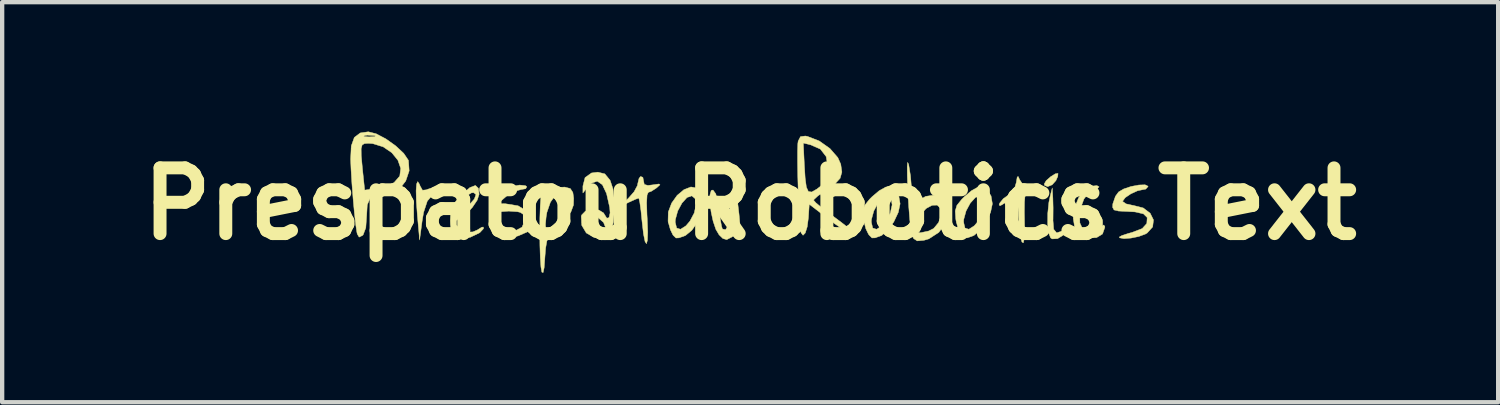
<source format=kicad_pcb>
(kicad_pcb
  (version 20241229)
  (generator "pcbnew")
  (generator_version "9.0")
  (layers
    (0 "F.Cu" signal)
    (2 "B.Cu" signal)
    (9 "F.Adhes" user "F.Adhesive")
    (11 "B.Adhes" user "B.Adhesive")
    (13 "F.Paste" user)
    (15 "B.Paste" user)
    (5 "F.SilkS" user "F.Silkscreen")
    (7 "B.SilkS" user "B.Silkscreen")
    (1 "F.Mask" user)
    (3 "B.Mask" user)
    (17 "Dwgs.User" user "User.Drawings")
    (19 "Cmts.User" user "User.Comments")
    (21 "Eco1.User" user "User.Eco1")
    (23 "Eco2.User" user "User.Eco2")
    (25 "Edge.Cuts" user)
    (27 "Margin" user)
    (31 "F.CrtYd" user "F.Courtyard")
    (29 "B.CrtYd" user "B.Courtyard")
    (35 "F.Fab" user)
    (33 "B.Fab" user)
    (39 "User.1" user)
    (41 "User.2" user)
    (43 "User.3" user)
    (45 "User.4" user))
  (footprint "Prespatou Robotics Text"
    (layer "F.Cu")
    (at 14.34 1.676)
    (property "Reference" "Prespatou Robotics Text" (at 0 0 0) (layer "F.SilkS") (effects (font (size 1.524 1.524) (thickness 0.3))))
    (attr through_hole)
    (fp_poly (pts (xy 7.13 -0.635) (xy 7.088 -0.54) (xy 7 -0.442) (xy 6.897 -0.4) (xy 6.826 -0.428) (xy 6.818 -0.464) (xy 6.863 -0.539) (xy 6.965 -0.629) (xy 7.074 -0.697) (xy 7.137 -0.706) (xy 7.13 -0.635)) (stroke (width 0.01) (type solid)) (fill yes) (layer "F.SilkS"))
    (fp_poly (pts (xy -7.665 -0.453) (xy -7.653 -0.419) (xy -7.596 -0.316) (xy -7.503 -0.326) (xy -7.483 -0.336) (xy -7.292 -0.397) (xy -7.161 -0.352) (xy -7.125 -0.293) (xy -7.12 -0.215) (xy -7.213 -0.218) (xy -7.214 -0.219) (xy -7.366 -0.203) (xy -7.484 -0.066) (xy -7.57 0.196) (xy -7.605 0.403) (xy -7.663 0.836) (xy -7.715 0.262) (xy -7.738 -0.06) (xy -7.744 -0.306) (xy -7.732 -0.462) (xy -7.706 -0.516) (xy -7.665 -0.453)) (stroke (width 0.01) (type solid)) (fill yes) (layer "F.SilkS"))
    (fp_poly (pts (xy 7.017 -0.134) (xy 7.023 0.093) (xy 7.021 0.347) (xy 7.02 0.384) (xy 7.036 0.589) (xy 7.105 0.672) (xy 7.223 0.633) (xy 7.281 0.585) (xy 7.346 0.537) (xy 7.341 0.593) (xy 7.341 0.596) (xy 7.256 0.726) (xy 7.126 0.806) (xy 7.001 0.812) (xy 6.965 0.788) (xy 6.919 0.673) (xy 6.897 0.468) (xy 6.899 0.218) (xy 6.925 -0.035) (xy 6.952 -0.167) (xy 7.003 -0.368) (xy 7.017 -0.134)) (stroke (width 0.01) (type solid)) (fill yes) (layer "F.SilkS"))
    (fp_poly (pts (xy 8.088 -0.395) (xy 8.034 -0.339) (xy 7.998 -0.334) (xy 7.859 -0.273) (xy 7.737 -0.112) (xy 7.654 0.114) (xy 7.639 0.195) (xy 7.643 0.442) (xy 7.719 0.605) (xy 7.85 0.669) (xy 8.017 0.62) (xy 8.099 0.558) (xy 8.19 0.489) (xy 8.22 0.516) (xy 8.222 0.544) (xy 8.168 0.698) (xy 8.03 0.782) (xy 7.844 0.788) (xy 7.645 0.705) (xy 7.635 0.698) (xy 7.523 0.546) (xy 7.489 0.33) (xy 7.522 0.088) (xy 7.614 -0.142) (xy 7.755 -0.322) (xy 7.91 -0.409) (xy 8.038 -0.424) (xy 8.088 -0.395)) (stroke (width 0.01) (type solid)) (fill yes) (layer "F.SilkS"))
    (fp_poly (pts (xy -0.339 -0.266) (xy -0.31 -0.15) (xy -0.283 0.028) (xy -0.258 0.239) (xy -0.239 0.451) (xy -0.228 0.63) (xy -0.228 0.741) (xy -0.241 0.754) (xy -0.297 0.71) (xy -0.409 0.758) (xy -0.428 0.77) (xy -0.543 0.829) (xy -0.632 0.803) (xy -0.72 0.718) (xy -0.795 0.591) (xy -0.859 0.401) (xy -0.906 0.183) (xy -0.932 -0.03) (xy -0.933 -0.205) (xy -0.903 -0.309) (xy -0.862 -0.321) (xy -0.797 -0.233) (xy -0.744 -0.026) (xy -0.722 0.13) (xy -0.693 0.354) (xy -0.663 0.518) (xy -0.643 0.583) (xy -0.569 0.599) (xy -0.511 0.498) (xy -0.476 0.297) (xy -0.468 0.096) (xy -0.456 -0.142) (xy -0.426 -0.29) (xy -0.384 -0.335) (xy -0.339 -0.266)) (stroke (width 0.01) (type solid)) (fill yes) (layer "F.SilkS"))
    (fp_poly (pts (xy -2.487 -0.615) (xy -2.473 -0.54) (xy -2.454 -0.45) (xy -2.37 -0.427) (xy -2.256 -0.441) (xy -2.115 -0.461) (xy -2.09 -0.443) (xy -2.164 -0.376) (xy -2.168 -0.372) (xy -2.292 -0.291) (xy -2.362 -0.267) (xy -2.39 -0.204) (xy -2.4 -0.026) (xy -2.392 0.247) (xy -2.387 0.334) (xy -2.375 0.65) (xy -2.382 0.847) (xy -2.405 0.923) (xy -2.437 0.873) (xy -2.473 0.696) (xy -2.507 0.401) (xy -2.532 0.153) (xy -2.558 -0.034) (xy -2.579 -0.128) (xy -2.584 -0.134) (xy -2.658 -0.107) (xy -2.801 -0.042) (xy -2.827 -0.03) (xy -3.041 0.074) (xy -2.824 -0.129) (xy -2.69 -0.282) (xy -2.614 -0.424) (xy -2.607 -0.463) (xy -2.576 -0.591) (xy -2.54 -0.635) (xy -2.487 -0.615)) (stroke (width 0.01) (type solid)) (fill yes) (layer "F.SilkS"))
    (fp_poly (pts (xy 6.244 -0.564) (xy 6.31 -0.467) (xy 6.441 -0.445) (xy 6.505 -0.451) (xy 6.644 -0.463) (xy 6.666 -0.441) (xy 6.588 -0.372) (xy 6.466 -0.291) (xy 6.398 -0.267) (xy 6.373 -0.206) (xy 6.359 -0.041) (xy 6.356 0.195) (xy 6.358 0.298) (xy 6.363 0.601) (xy 6.353 0.806) (xy 6.332 0.903) (xy 6.3 0.884) (xy 6.261 0.74) (xy 6.259 0.729) (xy 6.233 0.53) (xy 6.218 0.281) (xy 6.216 0.192) (xy 6.203 -0.022) (xy 6.153 -0.116) (xy 6.048 -0.103) (xy 5.912 -0.025) (xy 5.8 0.041) (xy 5.771 0.028) (xy 5.784 -0.016) (xy 5.869 -0.121) (xy 5.982 -0.201) (xy 6.126 -0.349) (xy 6.169 -0.494) (xy 6.191 -0.624) (xy 6.216 -0.632) (xy 6.244 -0.564)) (stroke (width 0.01) (type solid)) (fill yes) (layer "F.SilkS"))
    (fp_poly (pts (xy -5.21 -0.422) (xy -5.178 -0.397) (xy -5.204 -0.351) (xy -5.306 -0.334) (xy -5.468 -0.291) (xy -5.643 -0.185) (xy -5.661 -0.169) (xy -5.849 -0.004) (xy -5.669 -0.002) (xy -5.379 0.045) (xy -5.168 0.172) (xy -5.076 0.312) (xy -5.059 0.502) (xy -5.163 0.648) (xy -5.382 0.744) (xy -5.591 0.777) (xy -5.771 0.786) (xy -5.825 0.773) (xy -5.782 0.745) (xy -5.618 0.681) (xy -5.448 0.625) (xy -5.288 0.54) (xy -5.227 0.393) (xy -5.227 0.392) (xy -5.236 0.259) (xy -5.329 0.197) (xy -5.392 0.182) (xy -5.595 0.168) (xy -5.796 0.182) (xy -5.946 0.196) (xy -6.006 0.153) (xy -6.016 0.054) (xy -5.968 -0.11) (xy -5.865 -0.247) (xy -5.719 -0.338) (xy -5.53 -0.404) (xy -5.345 -0.436) (xy -5.21 -0.422)) (stroke (width 0.01) (type solid)) (fill yes) (layer "F.SilkS"))
    (fp_poly (pts (xy -1.227 -0.364) (xy -1.163 -0.303) (xy -1.087 -0.132) (xy -1.069 -0.018) (xy -1.11 0.189) (xy -1.214 0.416) (xy -1.353 0.613) (xy -1.498 0.732) (xy -1.511 0.738) (xy -1.651 0.788) (xy -1.719 0.791) (xy -1.773 0.74) (xy -1.791 0.719) (xy -1.849 0.599) (xy -1.899 0.423) (xy -1.738 0.423) (xy -1.704 0.561) (xy -1.614 0.589) (xy -1.488 0.508) (xy -1.397 0.401) (xy -1.296 0.211) (xy -1.255 0.024) (xy -1.276 -0.122) (xy -1.352 -0.186) (xy -1.464 -0.148) (xy -1.581 -0.018) (xy -1.679 0.164) (xy -1.733 0.36) (xy -1.738 0.423) (xy -1.899 0.423) (xy -1.9 0.419) (xy -1.903 0.401) (xy -1.898 0.189) (xy -1.82 -0.018) (xy -1.692 -0.198) (xy -1.535 -0.329) (xy -1.373 -0.392) (xy -1.227 -0.364)) (stroke (width 0.01) (type solid)) (fill yes) (layer "F.SilkS"))
    (fp_poly (pts (xy 3.344 -0.341) (xy 3.445 -0.185) (xy 3.476 -0.002) (xy 3.434 0.196) (xy 3.33 0.417) (xy 3.192 0.612) (xy 3.05 0.731) (xy 3.034 0.738) (xy 2.895 0.788) (xy 2.824 0.789) (xy 2.766 0.732) (xy 2.743 0.704) (xy 2.682 0.577) (xy 2.642 0.423) (xy 2.808 0.423) (xy 2.841 0.561) (xy 2.931 0.589) (xy 3.057 0.508) (xy 3.148 0.401) (xy 3.249 0.211) (xy 3.291 0.024) (xy 3.27 -0.122) (xy 3.193 -0.186) (xy 3.082 -0.148) (xy 2.964 -0.018) (xy 2.866 0.164) (xy 2.812 0.36) (xy 2.808 0.423) (xy 2.642 0.423) (xy 2.633 0.385) (xy 2.626 0.339) (xy 2.615 0.164) (xy 2.655 0.034) (xy 2.767 -0.106) (xy 2.826 -0.165) (xy 2.99 -0.304) (xy 3.143 -0.389) (xy 3.199 -0.401) (xy 3.344 -0.341)) (stroke (width 0.01) (type solid)) (fill yes) (layer "F.SilkS"))
    (fp_poly (pts (xy 5.483 -0.341) (xy 5.584 -0.185) (xy 5.615 -0.002) (xy 5.573 0.196) (xy 5.469 0.417) (xy 5.331 0.612) (xy 5.189 0.731) (xy 5.173 0.738) (xy 5.034 0.788) (xy 4.963 0.789) (xy 4.905 0.732) (xy 4.882 0.704) (xy 4.821 0.577) (xy 4.781 0.423) (xy 4.947 0.423) (xy 4.98 0.561) (xy 5.07 0.589) (xy 5.196 0.508) (xy 5.287 0.401) (xy 5.388 0.211) (xy 5.43 0.024) (xy 5.408 -0.122) (xy 5.332 -0.186) (xy 5.221 -0.148) (xy 5.103 -0.018) (xy 5.005 0.164) (xy 4.951 0.36) (xy 4.947 0.423) (xy 4.781 0.423) (xy 4.772 0.385) (xy 4.765 0.339) (xy 4.754 0.164) (xy 4.793 0.034) (xy 4.906 -0.106) (xy 4.965 -0.165) (xy 5.129 -0.304) (xy 5.281 -0.389) (xy 5.338 -0.401) (xy 5.483 -0.341)) (stroke (width 0.01) (type solid)) (fill yes) (layer "F.SilkS"))
    (fp_poly (pts (xy 9.223 -0.409) (xy 9.224 -0.402) (xy 9.17 -0.342) (xy 9.121 -0.334) (xy 8.98 -0.304) (xy 8.823 -0.232) (xy 8.693 -0.144) (xy 8.637 -0.066) (xy 8.638 -0.054) (xy 8.714 -0.000102) (xy 8.867 0.034) (xy 8.879 0.035) (xy 9.113 0.095) (xy 9.273 0.217) (xy 9.35 0.373) (xy 9.33 0.535) (xy 9.203 0.675) (xy 9.161 0.7) (xy 9.008 0.756) (xy 8.828 0.793) (xy 8.666 0.805) (xy 8.568 0.788) (xy 8.556 0.77) (xy 8.614 0.736) (xy 8.762 0.687) (xy 8.854 0.662) (xy 9.089 0.572) (xy 9.195 0.454) (xy 9.204 0.317) (xy 9.117 0.231) (xy 8.92 0.186) (xy 8.745 0.176) (xy 8.539 0.166) (xy 8.436 0.141) (xy 8.403 0.082) (xy 8.407 0) (xy 8.468 -0.176) (xy 8.541 -0.276) (xy 8.66 -0.346) (xy 8.83 -0.403) (xy 9.01 -0.437) (xy 9.155 -0.442) (xy 9.223 -0.409)) (stroke (width 0.01) (type solid)) (fill yes) (layer "F.SilkS"))
    (fp_poly (pts (xy -6.3 -0.361) (xy -6.283 -0.223) (xy -6.328 -0.085) (xy -6.44 0.081) (xy -6.581 0.231) (xy -6.715 0.323) (xy -6.763 0.334) (xy -6.805 0.39) (xy -6.806 0.485) (xy -6.745 0.607) (xy -6.593 0.657) (xy -6.429 0.65) (xy -6.328 0.607) (xy -6.222 0.542) (xy -6.186 0.537) (xy -6.181 0.574) (xy -6.262 0.661) (xy -6.274 0.671) (xy -6.493 0.776) (xy -6.748 0.79) (xy -6.868 0.758) (xy -6.922 0.67) (xy -6.949 0.477) (xy -6.952 0.388) (xy -6.941 0.179) (xy -6.931 0.147) (xy -6.786 0.147) (xy -6.774 0.2) (xy -6.767 0.201) (xy -6.68 0.159) (xy -6.549 0.056) (xy -6.527 0.037) (xy -6.395 -0.111) (xy -6.355 -0.216) (xy -6.41 -0.26) (xy -6.463 -0.255) (xy -6.549 -0.201) (xy -6.648 -0.091) (xy -6.736 0.038) (xy -6.786 0.147) (xy -6.931 0.147) (xy -6.892 0.03) (xy -6.78 -0.117) (xy -6.687 -0.214) (xy -6.497 -0.378) (xy -6.369 -0.427) (xy -6.3 -0.361)) (stroke (width 0.01) (type solid)) (fill yes) (layer "F.SilkS"))
    (fp_poly (pts (xy 3.672 -0.919) (xy 3.676 -0.902) (xy 3.717 -0.647) (xy 3.739 -0.38) (xy 3.739 -0.355) (xy 3.762 -0.135) (xy 3.819 -0.036) (xy 3.907 -0.062) (xy 3.944 -0.101) (xy 4.067 -0.173) (xy 4.244 -0.201) (xy 4.423 -0.186) (xy 4.548 -0.128) (xy 4.572 -0.095) (xy 4.609 0.173) (xy 4.536 0.436) (xy 4.374 0.66) (xy 4.142 0.811) (xy 4.029 0.844) (xy 3.872 0.858) (xy 3.79 0.805) (xy 3.753 0.727) (xy 3.731 0.616) (xy 3.823 0.616) (xy 3.878 0.664) (xy 3.955 0.668) (xy 4.137 0.63) (xy 4.255 0.57) (xy 4.368 0.433) (xy 4.425 0.27) (xy 4.415 0.105) (xy 4.337 0.029) (xy 4.218 0.032) (xy 4.082 0.105) (xy 3.954 0.239) (xy 3.858 0.424) (xy 3.84 0.485) (xy 3.823 0.616) (xy 3.731 0.616) (xy 3.728 0.601) (xy 3.701 0.374) (xy 3.677 0.075) (xy 3.657 -0.264) (xy 3.655 -0.301) (xy 3.643 -0.652) (xy 3.641 -0.872) (xy 3.651 -0.962) (xy 3.672 -0.919)) (stroke (width 0.01) (type solid)) (fill yes) (layer "F.SilkS"))
    (fp_poly (pts (xy -4.169 -0.355) (xy -4.11 -0.264) (xy -4.091 -0.13) (xy -4.096 0.027) (xy -4.153 0.18) (xy -4.28 0.37) (xy -4.347 0.455) (xy -4.496 0.632) (xy -4.617 0.757) (xy -4.682 0.802) (xy -4.713 0.863) (xy -4.741 1.024) (xy -4.759 1.249) (xy -4.759 1.253) (xy -4.776 1.481) (xy -4.8 1.593) (xy -4.829 1.582) (xy -4.85 1.464) (xy -4.865 1.245) (xy -4.874 0.961) (xy -4.877 0.643) (xy -4.876 0.491) (xy -4.747 0.491) (xy -4.736 0.571) (xy -4.683 0.57) (xy -4.622 0.54) (xy -4.49 0.426) (xy -4.379 0.269) (xy -4.304 0.072) (xy -4.281 -0.108) (xy -4.309 -0.233) (xy -4.368 -0.267) (xy -4.509 -0.206) (xy -4.63 -0.041) (xy -4.712 0.197) (xy -4.73 0.306) (xy -4.747 0.491) (xy -4.876 0.491) (xy -4.875 0.328) (xy -4.866 0.047) (xy -4.851 -0.166) (xy -4.836 -0.256) (xy -4.792 -0.356) (xy -4.742 -0.327) (xy -4.678 -0.276) (xy -4.588 -0.327) (xy -4.449 -0.382) (xy -4.299 -0.389) (xy -4.169 -0.355)) (stroke (width 0.01) (type solid)) (fill yes) (layer "F.SilkS"))
    (fp_poly (pts (xy -3.369 -0.695) (xy -3.252 -0.553) (xy -3.244 -0.538) (xy -3.181 -0.349) (xy -3.151 -0.108) (xy -3.148 0.157) (xy -3.171 0.414) (xy -3.217 0.632) (xy -3.282 0.783) (xy -3.363 0.835) (xy -3.376 0.832) (xy -3.486 0.805) (xy -3.629 0.773) (xy -3.799 0.674) (xy -3.904 0.497) (xy -3.908 0.423) (xy -3.809 0.423) (xy -3.757 0.543) (xy -3.693 0.596) (xy -3.529 0.658) (xy -3.398 0.651) (xy -3.342 0.577) (xy -3.342 0.573) (xy -3.399 0.43) (xy -3.534 0.312) (xy -3.681 0.267) (xy -3.783 0.315) (xy -3.809 0.423) (xy -3.908 0.423) (xy -3.916 0.292) (xy -3.907 0.259) (xy -3.82 0.17) (xy -3.667 0.131) (xy -3.506 0.144) (xy -3.396 0.212) (xy -3.385 0.234) (xy -3.322 0.333) (xy -3.271 0.318) (xy -3.247 0.209) (xy -3.256 0.084) (xy -3.329 -0.239) (xy -3.426 -0.444) (xy -3.544 -0.526) (xy -3.678 -0.481) (xy -3.754 -0.405) (xy -3.877 -0.253) (xy -3.877 -0.414) (xy -3.827 -0.61) (xy -3.678 -0.716) (xy -3.531 -0.735) (xy -3.369 -0.695)) (stroke (width 0.01) (type solid)) (fill yes) (layer "F.SilkS"))
    (fp_poly (pts (xy 1.328 -1.564) (xy 1.602 -1.458) (xy 1.849 -1.283) (xy 2.032 -1.073) (xy 2.1 -0.92) (xy 2.126 -0.737) (xy 2.085 -0.593) (xy 1.959 -0.456) (xy 1.73 -0.296) (xy 1.722 -0.291) (xy 1.57 -0.185) (xy 1.481 -0.103) (xy 1.472 -0.083) (xy 1.523 -0.025) (xy 1.66 0.089) (xy 1.859 0.241) (xy 1.983 0.331) (xy 2.193 0.49) (xy 2.344 0.62) (xy 2.415 0.702) (xy 2.412 0.722) (xy 2.327 0.696) (xy 2.166 0.602) (xy 1.958 0.459) (xy 1.851 0.379) (xy 1.37 0.008) (xy 1.35 0.322) (xy 1.322 0.533) (xy 1.277 0.675) (xy 1.226 0.728) (xy 1.18 0.669) (xy 1.178 0.663) (xy 1.16 0.545) (xy 1.142 0.325) (xy 1.127 0.034) (xy 1.114 -0.297) (xy 1.104 -0.637) (xy 1.099 -0.955) (xy 1.099 -1.219) (xy 1.105 -1.4) (xy 1.107 -1.411) (xy 1.232 -1.411) (xy 1.255 -0.923) (xy 1.275 -0.596) (xy 1.303 -0.388) (xy 1.35 -0.286) (xy 1.427 -0.275) (xy 1.542 -0.34) (xy 1.629 -0.406) (xy 1.749 -0.533) (xy 1.799 -0.695) (xy 1.805 -0.83) (xy 1.763 -1.095) (xy 1.628 -1.27) (xy 1.401 -1.369) (xy 1.232 -1.411) (xy 1.107 -1.411) (xy 1.113 -1.454) (xy 1.167 -1.559) (xy 1.28 -1.573) (xy 1.328 -1.564)) (stroke (width 0.01) (type solid)) (fill yes) (layer "F.SilkS"))
    (fp_poly (pts (xy -8.67 -1.625) (xy -8.445 -1.507) (xy -8.219 -1.346) (xy -8.032 -1.172) (xy -7.925 -1.014) (xy -7.921 -1.004) (xy -7.905 -0.766) (xy -7.984 -0.532) (xy -8.134 -0.337) (xy -8.331 -0.219) (xy -8.448 -0.2) (xy -8.681 -0.183) (xy -8.815 -0.119) (xy -8.876 0.021) (xy -8.89 0.265) (xy -8.89 0.267) (xy -8.91 0.554) (xy -8.971 0.716) (xy -8.988 0.733) (xy -9.065 0.771) (xy -9.108 0.699) (xy -9.117 0.658) (xy -9.144 0.478) (xy -9.175 0.204) (xy -9.205 -0.126) (xy -9.232 -0.473) (xy -9.252 -0.799) (xy -9.262 -1.036) (xy -9.25 -1.28) (xy -9.018 -1.28) (xy -9.016 -1.119) (xy -8.992 -0.858) (xy -8.98 -0.738) (xy -8.936 -0.319) (xy -8.677 -0.354) (xy -8.458 -0.406) (xy -8.269 -0.486) (xy -8.252 -0.497) (xy -8.123 -0.644) (xy -8.1 -0.823) (xy -8.166 -1.012) (xy -8.307 -1.186) (xy -8.506 -1.322) (xy -8.749 -1.397) (xy -8.852 -1.404) (xy -8.941 -1.398) (xy -8.995 -1.365) (xy -9.018 -1.28) (xy -9.25 -1.28) (xy -9.247 -1.343) (xy -9.176 -1.54) (xy -9.144 -1.564) (xy -8.961 -1.564) (xy -8.869 -1.554) (xy -8.823 -1.553) (xy -8.702 -1.56) (xy -8.687 -1.577) (xy -8.706 -1.583) (xy -8.876 -1.594) (xy -8.94 -1.583) (xy -8.961 -1.564) (xy -9.144 -1.564) (xy -9.039 -1.644) (xy -8.852 -1.671) (xy -8.67 -1.625)) (stroke (width 0.01) (type solid)) (fill yes) (layer "F.SilkS")))
  (gr_rect
    (start -3 -3)
    (end 31.68 6.274)
    (stroke (width 0.1) (type default))
    (fill no)
    (layer "Edge.Cuts")))
</source>
